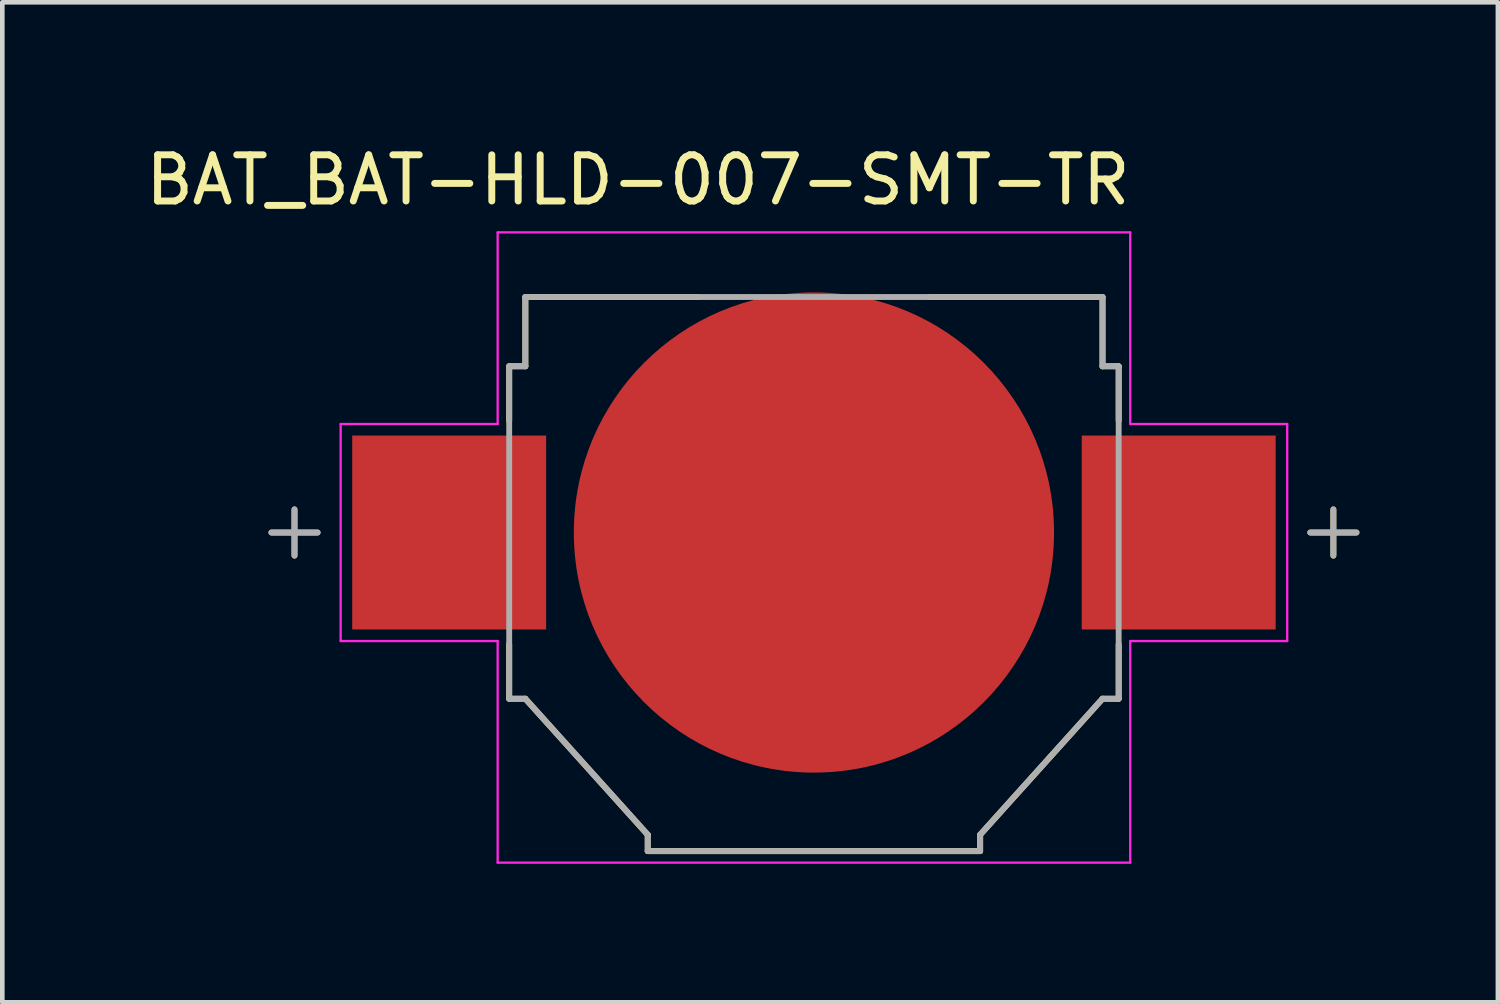
<source format=kicad_pcb>
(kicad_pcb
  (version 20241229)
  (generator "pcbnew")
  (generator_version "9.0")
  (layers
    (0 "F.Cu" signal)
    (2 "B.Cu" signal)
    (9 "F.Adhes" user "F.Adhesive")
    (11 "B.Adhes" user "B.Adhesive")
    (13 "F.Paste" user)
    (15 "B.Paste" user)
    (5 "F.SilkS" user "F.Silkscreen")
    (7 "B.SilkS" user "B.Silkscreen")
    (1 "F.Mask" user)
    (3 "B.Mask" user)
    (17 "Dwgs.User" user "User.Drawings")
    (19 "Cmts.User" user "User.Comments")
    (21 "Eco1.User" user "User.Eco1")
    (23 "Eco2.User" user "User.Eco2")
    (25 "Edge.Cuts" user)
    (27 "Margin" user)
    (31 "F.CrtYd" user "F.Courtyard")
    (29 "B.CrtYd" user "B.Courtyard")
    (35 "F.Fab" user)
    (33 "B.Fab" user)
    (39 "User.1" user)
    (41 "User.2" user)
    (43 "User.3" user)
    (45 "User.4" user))
  (footprint "BAT_BAT-HLD-007-SMT-TR"
    (layer "F.Cu")
    (at 14.578 8.483)
    (property "Reference" "BAT_BAT-HLD-007-SMT-TR" (at -3.81 -7.635 0) (layer "F.SilkS") (effects (font (size 1 1) (thickness 0.15))))
    (attr smd)
    (fp_line (start -11.25 0.5) (end -11.25 -0.5) (stroke (width 0.127) (type solid)) (layer "F.SilkS"))
    (fp_line (start -10.75 0) (end -11.75 0) (stroke (width 0.127) (type solid)) (layer "F.SilkS"))
    (fp_line (start -6.6 -3.6) (end -6.25 -3.6) (stroke (width 0.127) (type solid)) (layer "F.SilkS"))
    (fp_line (start -6.6 -2.42) (end -6.6 -3.6) (stroke (width 0.127) (type solid)) (layer "F.SilkS"))
    (fp_line (start -6.6 3.6) (end -6.6 2.42) (stroke (width 0.127) (type solid)) (layer "F.SilkS"))
    (fp_line (start -6.25 -5.1) (end -2.5 -5.1) (stroke (width 0.127) (type solid)) (layer "F.SilkS"))
    (fp_line (start -6.25 -3.6) (end -6.25 -5.1) (stroke (width 0.127) (type solid)) (layer "F.SilkS"))
    (fp_line (start -6.25 3.6) (end -6.6 3.6) (stroke (width 0.127) (type solid)) (layer "F.SilkS"))
    (fp_line (start -3.6 6.545) (end -6.25 3.6) (stroke (width 0.127) (type solid)) (layer "F.SilkS"))
    (fp_line (start -3.6 6.9) (end -3.6 6.545) (stroke (width 0.127) (type solid)) (layer "F.SilkS"))
    (fp_line (start 2.5 -5.1) (end 6.25 -5.1) (stroke (width 0.127) (type solid)) (layer "F.SilkS"))
    (fp_line (start 3.6 6.545) (end 3.6 6.9) (stroke (width 0.127) (type solid)) (layer "F.SilkS"))
    (fp_line (start 3.6 6.9) (end -3.6 6.9) (stroke (width 0.127) (type solid)) (layer "F.SilkS"))
    (fp_line (start 6.25 -5.1) (end 6.25 -3.6) (stroke (width 0.127) (type solid)) (layer "F.SilkS"))
    (fp_line (start 6.25 -3.6) (end 6.6 -3.6) (stroke (width 0.127) (type solid)) (layer "F.SilkS"))
    (fp_line (start 6.25 3.6) (end 3.6 6.545) (stroke (width 0.127) (type solid)) (layer "F.SilkS"))
    (fp_line (start 6.6 -3.6) (end 6.6 -2.42) (stroke (width 0.127) (type solid)) (layer "F.SilkS"))
    (fp_line (start 6.6 2.42) (end 6.6 3.6) (stroke (width 0.127) (type solid)) (layer "F.SilkS"))
    (fp_line (start 6.6 3.6) (end 6.25 3.6) (stroke (width 0.127) (type solid)) (layer "F.SilkS"))
    (fp_line (start 11.25 0.5) (end 11.25 -0.5) (stroke (width 0.127) (type solid)) (layer "F.SilkS"))
    (fp_line (start 11.75 0) (end 10.75 0) (stroke (width 0.127) (type solid)) (layer "F.SilkS"))
    (fp_line (start -10.25 -2.35) (end -6.85 -2.35) (stroke (width 0.05) (type solid)) (layer "F.CrtYd"))
    (fp_line (start -10.25 2.35) (end -10.25 -2.35) (stroke (width 0.05) (type solid)) (layer "F.CrtYd"))
    (fp_line (start -6.85 -6.5) (end 6.85 -6.5) (stroke (width 0.05) (type solid)) (layer "F.CrtYd"))
    (fp_line (start -6.85 -2.35) (end -6.85 -6.5) (stroke (width 0.05) (type solid)) (layer "F.CrtYd"))
    (fp_line (start -6.85 2.35) (end -10.25 2.35) (stroke (width 0.05) (type solid)) (layer "F.CrtYd"))
    (fp_line (start -6.85 7.15) (end -6.85 2.35) (stroke (width 0.05) (type solid)) (layer "F.CrtYd"))
    (fp_line (start 6.85 -6.5) (end 6.85 -2.35) (stroke (width 0.05) (type solid)) (layer "F.CrtYd"))
    (fp_line (start 6.85 -2.35) (end 10.25 -2.35) (stroke (width 0.05) (type solid)) (layer "F.CrtYd"))
    (fp_line (start 6.85 2.35) (end 6.85 7.15) (stroke (width 0.05) (type solid)) (layer "F.CrtYd"))
    (fp_line (start 6.85 7.15) (end -6.85 7.15) (stroke (width 0.05) (type solid)) (layer "F.CrtYd"))
    (fp_line (start 10.25 -2.35) (end 10.25 2.35) (stroke (width 0.05) (type solid)) (layer "F.CrtYd"))
    (fp_line (start 10.25 2.35) (end 6.85 2.35) (stroke (width 0.05) (type solid)) (layer "F.CrtYd"))
    (fp_line (start -11.25 0.5) (end -11.25 -0.5) (stroke (width 0.127) (type solid)) (layer "F.Fab"))
    (fp_line (start -10.75 0) (end -11.75 0) (stroke (width 0.127) (type solid)) (layer "F.Fab"))
    (fp_line (start -6.6 -3.6) (end -6.25 -3.6) (stroke (width 0.127) (type solid)) (layer "F.Fab"))
    (fp_line (start -6.6 3.6) (end -6.6 -3.6) (stroke (width 0.127) (type solid)) (layer "F.Fab"))
    (fp_line (start -6.25 -5.1) (end 6.25 -5.1) (stroke (width 0.127) (type solid)) (layer "F.Fab"))
    (fp_line (start -6.25 -3.6) (end -6.25 -5.1) (stroke (width 0.127) (type solid)) (layer "F.Fab"))
    (fp_line (start -6.25 3.6) (end -6.6 3.6) (stroke (width 0.127) (type solid)) (layer "F.Fab"))
    (fp_line (start -3.6 6.545) (end -6.25 3.6) (stroke (width 0.127) (type solid)) (layer "F.Fab"))
    (fp_line (start -3.6 6.9) (end -3.6 6.545) (stroke (width 0.127) (type solid)) (layer "F.Fab"))
    (fp_line (start 3.6 6.545) (end 3.6 6.9) (stroke (width 0.127) (type solid)) (layer "F.Fab"))
    (fp_line (start 3.6 6.9) (end -3.6 6.9) (stroke (width 0.127) (type solid)) (layer "F.Fab"))
    (fp_line (start 6.25 -5.1) (end 6.25 -3.6) (stroke (width 0.127) (type solid)) (layer "F.Fab"))
    (fp_line (start 6.25 -3.6) (end 6.6 -3.6) (stroke (width 0.127) (type solid)) (layer "F.Fab"))
    (fp_line (start 6.25 3.6) (end 3.6 6.545) (stroke (width 0.127) (type solid)) (layer "F.Fab"))
    (fp_line (start 6.6 -3.6) (end 6.6 3.6) (stroke (width 0.127) (type solid)) (layer "F.Fab"))
    (fp_line (start 6.6 3.6) (end 6.25 3.6) (stroke (width 0.127) (type solid)) (layer "F.Fab"))
    (fp_line (start 10.75 0) (end 11.75 0) (stroke (width 0.127) (type solid)) (layer "F.Fab"))
    (fp_line (start 11.25 0.5) (end 11.25 -0.5) (stroke (width 0.127) (type solid)) (layer "F.Fab"))
    (pad "N" smd circle (at 0 0) (size 10.4 10.4) (layers "F.Cu" "F.Mask"))
    (pad "P_1" smd rect (at -7.9 0) (size 4.2 4.2) (layers "F.Cu" "F.Mask" "F.Paste"))
    (pad "P_2" smd rect (at 7.9 0) (size 4.2 4.2) (layers "F.Cu" "F.Mask" "F.Paste")))
  (gr_rect
    (start -3 -3)
    (end 29.391 18.658)
    (stroke (width 0.1) (type default))
    (fill no)
    (layer "Edge.Cuts")))
</source>
